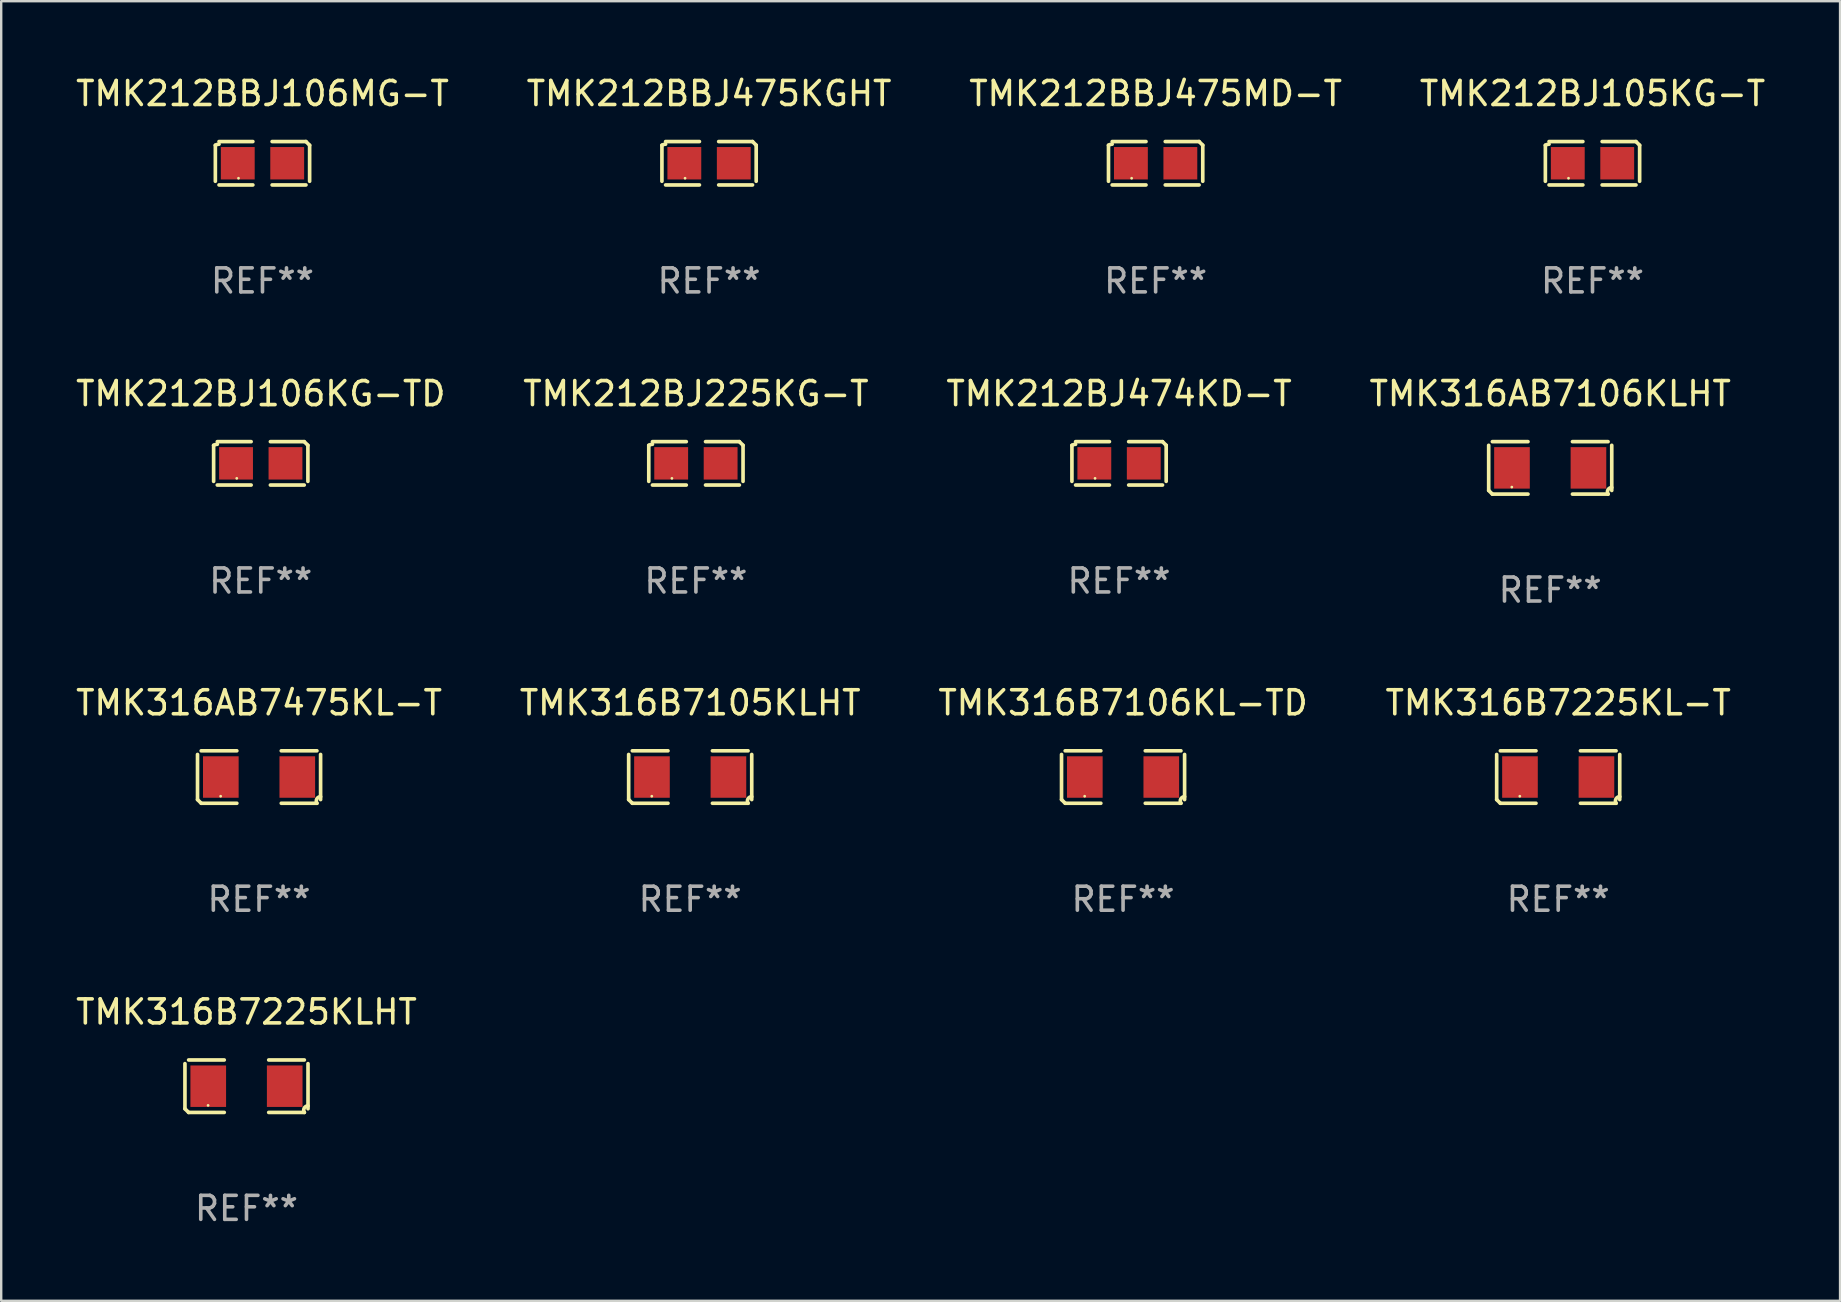
<source format=kicad_pcb>
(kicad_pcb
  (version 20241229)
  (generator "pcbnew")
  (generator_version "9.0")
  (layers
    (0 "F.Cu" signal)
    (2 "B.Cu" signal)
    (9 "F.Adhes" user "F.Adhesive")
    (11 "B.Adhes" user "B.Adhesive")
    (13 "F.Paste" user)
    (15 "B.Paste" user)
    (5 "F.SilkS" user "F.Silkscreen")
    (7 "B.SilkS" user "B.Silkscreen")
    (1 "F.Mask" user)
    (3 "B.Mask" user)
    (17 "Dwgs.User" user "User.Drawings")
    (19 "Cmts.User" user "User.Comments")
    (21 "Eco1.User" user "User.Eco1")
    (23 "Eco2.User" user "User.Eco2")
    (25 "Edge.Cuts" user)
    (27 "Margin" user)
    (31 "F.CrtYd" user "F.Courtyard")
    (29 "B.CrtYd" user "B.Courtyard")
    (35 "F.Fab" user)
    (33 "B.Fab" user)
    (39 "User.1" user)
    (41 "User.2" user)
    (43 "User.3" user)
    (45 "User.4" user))
  (footprint "TMK316B7225KL-T"
    (layer "F.Cu")
    (at 61.875 29.326)
    (property "Reference" "TMK316B7225KL-T" (at 0 -3.093 0) (layer "F.SilkS") (effects (font (size 1 1) (thickness 0.15))))
    (attr through_hole)
    (fp_line (start -2.564 0.94) (end -2.564 -0.94) (stroke (width 0.152) (type solid)) (layer "F.SilkS"))
    (fp_line (start -2.411 -1.093) (end -0.926 -1.093) (stroke (width 0.152) (type solid)) (layer "F.SilkS"))
    (fp_line (start -0.926 1.093) (end -2.411 1.093) (stroke (width 0.152) (type solid)) (layer "F.SilkS"))
    (fp_line (start 0.926 1.093) (end 2.411 1.093) (stroke (width 0.152) (type solid)) (layer "F.SilkS"))
    (fp_line (start 2.411 -1.093) (end 0.926 -1.093) (stroke (width 0.152) (type solid)) (layer "F.SilkS"))
    (fp_line (start 2.564 0.94) (end 2.564 -0.94) (stroke (width 0.152) (type solid)) (layer "F.SilkS"))
    (fp_arc (start -2.411201 1.092609) (mid -2.487413 1.01642) (end -2.563602 0.940208) (stroke (width 0.1524) (type solid)) (layer "F.SilkS"))
    (fp_arc (start 2.411201 1.092609) (mid 2.407159 0.911226) (end 2.563602 0.819347) (stroke (width 0.1524) (type solid)) (layer "F.SilkS"))
    (fp_circle (center -1.6 0.8) (end -1.57 0.8) (stroke (width 0.06) (type solid)) (fill no) (layer "F.SilkS"))
    (fp_text user "REF**" (at 0 5.093 0) (layer "F.Fab") (effects (font (size 1 1) (thickness 0.15))))
    (pad "1" smd rect (at -1.593 0) (size 1.485 1.728) (layers "F.Cu" "F.Mask" "F.Paste"))
    (pad "2" smd rect (at 1.593 0) (size 1.485 1.728) (layers "F.Cu" "F.Mask" "F.Paste")))
  (footprint "TMK212BJ105KG-T"
    (layer "F.Cu")
    (at 63.304 3.752)
    (property "Reference" "TMK212BJ105KG-T" (at 0 -2.904 0) (layer "F.SilkS") (effects (font (size 1 1) (thickness 0.15))))
    (attr through_hole)
    (fp_line (start -1.964 0.751) (end -1.964 -0.751) (stroke (width 0.152) (type solid)) (layer "F.SilkS"))
    (fp_line (start -1.811 -0.904) (end -0.401 -0.904) (stroke (width 0.152) (type solid)) (layer "F.SilkS"))
    (fp_line (start -0.401 0.904) (end -1.811 0.904) (stroke (width 0.152) (type solid)) (layer "F.SilkS"))
    (fp_line (start 0.401 0.904) (end 1.811 0.904) (stroke (width 0.152) (type solid)) (layer "F.SilkS"))
    (fp_line (start 1.811 -0.904) (end 0.401 -0.904) (stroke (width 0.152) (type solid)) (layer "F.SilkS"))
    (fp_line (start 1.964 0.751) (end 1.964 -0.751) (stroke (width 0.152) (type solid)) (layer "F.SilkS"))
    (fp_arc (start -1.963602 -0.751207) (mid -1.890354 -0.783131) (end -1.811201 -0.794044) (stroke (width 0.1524) (type solid)) (layer "F.SilkS"))
    (fp_arc (start 1.811202 -0.903607) (mid 1.887413 -0.827418) (end 1.963602 -0.751207) (stroke (width 0.1524) (type solid)) (layer "F.SilkS"))
    (fp_circle (center -1 0.625) (end -0.97 0.625) (stroke (width 0.06) (type solid)) (fill no) (layer "F.SilkS"))
    (fp_text user "REF**" (at 0 4.904 0) (layer "F.Fab") (effects (font (size 1 1) (thickness 0.15))))
    (pad "1" smd rect (at -1.03 0) (size 1.41 1.35) (layers "F.Cu" "F.Mask" "F.Paste"))
    (pad "2" smd rect (at 1.03 0) (size 1.41 1.35) (layers "F.Cu" "F.Mask" "F.Paste")))
  (footprint "TMK212BBJ106MG-T"
    (layer "F.Cu")
    (at 7.887 3.752)
    (property "Reference" "TMK212BBJ106MG-T" (at 0 -2.904 0) (layer "F.SilkS") (effects (font (size 1 1) (thickness 0.15))))
    (attr through_hole)
    (fp_line (start -1.964 0.751) (end -1.964 -0.751) (stroke (width 0.152) (type solid)) (layer "F.SilkS"))
    (fp_line (start -1.811 -0.904) (end -0.401 -0.904) (stroke (width 0.152) (type solid)) (layer "F.SilkS"))
    (fp_line (start -0.401 0.904) (end -1.811 0.904) (stroke (width 0.152) (type solid)) (layer "F.SilkS"))
    (fp_line (start 0.401 0.904) (end 1.811 0.904) (stroke (width 0.152) (type solid)) (layer "F.SilkS"))
    (fp_line (start 1.811 -0.904) (end 0.401 -0.904) (stroke (width 0.152) (type solid)) (layer "F.SilkS"))
    (fp_line (start 1.964 0.751) (end 1.964 -0.751) (stroke (width 0.152) (type solid)) (layer "F.SilkS"))
    (fp_arc (start -1.963602 -0.751207) (mid -1.890354 -0.783131) (end -1.811201 -0.794044) (stroke (width 0.1524) (type solid)) (layer "F.SilkS"))
    (fp_arc (start 1.811202 -0.903607) (mid 1.887413 -0.827418) (end 1.963602 -0.751207) (stroke (width 0.1524) (type solid)) (layer "F.SilkS"))
    (fp_circle (center -1 0.625) (end -0.97 0.625) (stroke (width 0.06) (type solid)) (fill no) (layer "F.SilkS"))
    (fp_text user "REF**" (at 0 4.904 0) (layer "F.Fab") (effects (font (size 1 1) (thickness 0.15))))
    (pad "1" smd rect (at -1.03 0) (size 1.41 1.35) (layers "F.Cu" "F.Mask" "F.Paste"))
    (pad "2" smd rect (at 1.03 0) (size 1.41 1.35) (layers "F.Cu" "F.Mask" "F.Paste")))
  (footprint "TMK212BJ225KG-T"
    (layer "F.Cu")
    (at 25.946 16.256)
    (property "Reference" "TMK212BJ225KG-T" (at 0 -2.904 0) (layer "F.SilkS") (effects (font (size 1 1) (thickness 0.15))))
    (attr through_hole)
    (fp_line (start -1.964 0.751) (end -1.964 -0.751) (stroke (width 0.152) (type solid)) (layer "F.SilkS"))
    (fp_line (start -1.811 -0.904) (end -0.401 -0.904) (stroke (width 0.152) (type solid)) (layer "F.SilkS"))
    (fp_line (start -0.401 0.904) (end -1.811 0.904) (stroke (width 0.152) (type solid)) (layer "F.SilkS"))
    (fp_line (start 0.401 0.904) (end 1.811 0.904) (stroke (width 0.152) (type solid)) (layer "F.SilkS"))
    (fp_line (start 1.811 -0.904) (end 0.401 -0.904) (stroke (width 0.152) (type solid)) (layer "F.SilkS"))
    (fp_line (start 1.964 0.751) (end 1.964 -0.751) (stroke (width 0.152) (type solid)) (layer "F.SilkS"))
    (fp_arc (start -1.963602 -0.751207) (mid -1.890354 -0.783131) (end -1.811201 -0.794044) (stroke (width 0.1524) (type solid)) (layer "F.SilkS"))
    (fp_arc (start 1.811202 -0.903607) (mid 1.887413 -0.827418) (end 1.963602 -0.751207) (stroke (width 0.1524) (type solid)) (layer "F.SilkS"))
    (fp_circle (center -1 0.625) (end -0.97 0.625) (stroke (width 0.06) (type solid)) (fill no) (layer "F.SilkS"))
    (fp_text user "REF**" (at 0 4.904 0) (layer "F.Fab") (effects (font (size 1 1) (thickness 0.15))))
    (pad "1" smd rect (at -1.03 0) (size 1.41 1.35) (layers "F.Cu" "F.Mask" "F.Paste"))
    (pad "2" smd rect (at 1.03 0) (size 1.41 1.35) (layers "F.Cu" "F.Mask" "F.Paste")))
  (footprint "TMK316B7106KL-TD"
    (layer "F.Cu")
    (at 43.744 29.326)
    (property "Reference" "TMK316B7106KL-TD" (at 0 -3.093 0) (layer "F.SilkS") (effects (font (size 1 1) (thickness 0.15))))
    (attr through_hole)
    (fp_line (start -2.564 0.94) (end -2.564 -0.94) (stroke (width 0.152) (type solid)) (layer "F.SilkS"))
    (fp_line (start -2.411 -1.093) (end -0.926 -1.093) (stroke (width 0.152) (type solid)) (layer "F.SilkS"))
    (fp_line (start -0.926 1.093) (end -2.411 1.093) (stroke (width 0.152) (type solid)) (layer "F.SilkS"))
    (fp_line (start 0.926 1.093) (end 2.411 1.093) (stroke (width 0.152) (type solid)) (layer "F.SilkS"))
    (fp_line (start 2.411 -1.093) (end 0.926 -1.093) (stroke (width 0.152) (type solid)) (layer "F.SilkS"))
    (fp_line (start 2.564 0.94) (end 2.564 -0.94) (stroke (width 0.152) (type solid)) (layer "F.SilkS"))
    (fp_arc (start -2.411201 1.092609) (mid -2.487413 1.01642) (end -2.563602 0.940208) (stroke (width 0.1524) (type solid)) (layer "F.SilkS"))
    (fp_arc (start 2.411201 1.092609) (mid 2.407159 0.911226) (end 2.563602 0.819347) (stroke (width 0.1524) (type solid)) (layer "F.SilkS"))
    (fp_circle (center -1.6 0.8) (end -1.57 0.8) (stroke (width 0.06) (type solid)) (fill no) (layer "F.SilkS"))
    (fp_text user "REF**" (at 0 5.093 0) (layer "F.Fab") (effects (font (size 1 1) (thickness 0.15))))
    (pad "1" smd rect (at -1.593 0) (size 1.485 1.728) (layers "F.Cu" "F.Mask" "F.Paste"))
    (pad "2" smd rect (at 1.593 0) (size 1.485 1.728) (layers "F.Cu" "F.Mask" "F.Paste")))
  (footprint "TMK212BBJ475MD-T"
    (layer "F.Cu")
    (at 45.101 3.752)
    (property "Reference" "TMK212BBJ475MD-T" (at 0 -2.904 0) (layer "F.SilkS") (effects (font (size 1 1) (thickness 0.15))))
    (attr through_hole)
    (fp_line (start -1.964 0.751) (end -1.964 -0.751) (stroke (width 0.152) (type solid)) (layer "F.SilkS"))
    (fp_line (start -1.811 -0.904) (end -0.401 -0.904) (stroke (width 0.152) (type solid)) (layer "F.SilkS"))
    (fp_line (start -0.401 0.904) (end -1.811 0.904) (stroke (width 0.152) (type solid)) (layer "F.SilkS"))
    (fp_line (start 0.401 0.904) (end 1.811 0.904) (stroke (width 0.152) (type solid)) (layer "F.SilkS"))
    (fp_line (start 1.811 -0.904) (end 0.401 -0.904) (stroke (width 0.152) (type solid)) (layer "F.SilkS"))
    (fp_line (start 1.964 0.751) (end 1.964 -0.751) (stroke (width 0.152) (type solid)) (layer "F.SilkS"))
    (fp_arc (start -1.963602 -0.751207) (mid -1.890354 -0.783131) (end -1.811201 -0.794044) (stroke (width 0.1524) (type solid)) (layer "F.SilkS"))
    (fp_arc (start 1.811202 -0.903607) (mid 1.887413 -0.827418) (end 1.963602 -0.751207) (stroke (width 0.1524) (type solid)) (layer "F.SilkS"))
    (fp_circle (center -1 0.625) (end -0.97 0.625) (stroke (width 0.06) (type solid)) (fill no) (layer "F.SilkS"))
    (fp_text user "REF**" (at 0 4.904 0) (layer "F.Fab") (effects (font (size 1 1) (thickness 0.15))))
    (pad "1" smd rect (at -1.03 0) (size 1.41 1.35) (layers "F.Cu" "F.Mask" "F.Paste"))
    (pad "2" smd rect (at 1.03 0) (size 1.41 1.35) (layers "F.Cu" "F.Mask" "F.Paste")))
  (footprint "TMK316AB7475KL-T"
    (layer "F.Cu")
    (at 7.744 29.326)
    (property "Reference" "TMK316AB7475KL-T" (at 0 -3.093 0) (layer "F.SilkS") (effects (font (size 1 1) (thickness 0.15))))
    (attr through_hole)
    (fp_line (start -2.564 0.94) (end -2.564 -0.94) (stroke (width 0.152) (type solid)) (layer "F.SilkS"))
    (fp_line (start -2.411 -1.093) (end -0.926 -1.093) (stroke (width 0.152) (type solid)) (layer "F.SilkS"))
    (fp_line (start -0.926 1.093) (end -2.411 1.093) (stroke (width 0.152) (type solid)) (layer "F.SilkS"))
    (fp_line (start 0.926 1.093) (end 2.411 1.093) (stroke (width 0.152) (type solid)) (layer "F.SilkS"))
    (fp_line (start 2.411 -1.093) (end 0.926 -1.093) (stroke (width 0.152) (type solid)) (layer "F.SilkS"))
    (fp_line (start 2.564 0.94) (end 2.564 -0.94) (stroke (width 0.152) (type solid)) (layer "F.SilkS"))
    (fp_arc (start -2.411201 1.092609) (mid -2.487413 1.01642) (end -2.563602 0.940208) (stroke (width 0.1524) (type solid)) (layer "F.SilkS"))
    (fp_arc (start 2.411201 1.092609) (mid 2.407159 0.911226) (end 2.563602 0.819347) (stroke (width 0.1524) (type solid)) (layer "F.SilkS"))
    (fp_circle (center -1.6 0.8) (end -1.57 0.8) (stroke (width 0.06) (type solid)) (fill no) (layer "F.SilkS"))
    (fp_text user "REF**" (at 0 5.093 0) (layer "F.Fab") (effects (font (size 1 1) (thickness 0.15))))
    (pad "1" smd rect (at -1.593 0) (size 1.485 1.728) (layers "F.Cu" "F.Mask" "F.Paste"))
    (pad "2" smd rect (at 1.593 0) (size 1.485 1.728) (layers "F.Cu" "F.Mask" "F.Paste")))
  (footprint "TMK316B7105KLHT"
    (layer "F.Cu")
    (at 25.708 29.326)
    (property "Reference" "TMK316B7105KLHT" (at 0 -3.093 0) (layer "F.SilkS") (effects (font (size 1 1) (thickness 0.15))))
    (attr through_hole)
    (fp_line (start -2.564 0.94) (end -2.564 -0.94) (stroke (width 0.152) (type solid)) (layer "F.SilkS"))
    (fp_line (start -2.411 -1.093) (end -0.926 -1.093) (stroke (width 0.152) (type solid)) (layer "F.SilkS"))
    (fp_line (start -0.926 1.093) (end -2.411 1.093) (stroke (width 0.152) (type solid)) (layer "F.SilkS"))
    (fp_line (start 0.926 1.093) (end 2.411 1.093) (stroke (width 0.152) (type solid)) (layer "F.SilkS"))
    (fp_line (start 2.411 -1.093) (end 0.926 -1.093) (stroke (width 0.152) (type solid)) (layer "F.SilkS"))
    (fp_line (start 2.564 0.94) (end 2.564 -0.94) (stroke (width 0.152) (type solid)) (layer "F.SilkS"))
    (fp_arc (start -2.411201 1.092609) (mid -2.487413 1.01642) (end -2.563602 0.940208) (stroke (width 0.1524) (type solid)) (layer "F.SilkS"))
    (fp_arc (start 2.411201 1.092609) (mid 2.407159 0.911226) (end 2.563602 0.819347) (stroke (width 0.1524) (type solid)) (layer "F.SilkS"))
    (fp_circle (center -1.6 0.8) (end -1.57 0.8) (stroke (width 0.06) (type solid)) (fill no) (layer "F.SilkS"))
    (fp_text user "REF**" (at 0 5.093 0) (layer "F.Fab") (effects (font (size 1 1) (thickness 0.15))))
    (pad "1" smd rect (at -1.593 0) (size 1.485 1.728) (layers "F.Cu" "F.Mask" "F.Paste"))
    (pad "2" smd rect (at 1.593 0) (size 1.485 1.728) (layers "F.Cu" "F.Mask" "F.Paste")))
  (footprint "TMK316B7225KLHT"
    (layer "F.Cu")
    (at 7.22 42.208)
    (property "Reference" "TMK316B7225KLHT" (at 0 -3.093 0) (layer "F.SilkS") (effects (font (size 1 1) (thickness 0.15))))
    (attr through_hole)
    (fp_line (start -2.564 0.94) (end -2.564 -0.94) (stroke (width 0.152) (type solid)) (layer "F.SilkS"))
    (fp_line (start -2.411 -1.093) (end -0.926 -1.093) (stroke (width 0.152) (type solid)) (layer "F.SilkS"))
    (fp_line (start -0.926 1.093) (end -2.411 1.093) (stroke (width 0.152) (type solid)) (layer "F.SilkS"))
    (fp_line (start 0.926 1.093) (end 2.411 1.093) (stroke (width 0.152) (type solid)) (layer "F.SilkS"))
    (fp_line (start 2.411 -1.093) (end 0.926 -1.093) (stroke (width 0.152) (type solid)) (layer "F.SilkS"))
    (fp_line (start 2.564 0.94) (end 2.564 -0.94) (stroke (width 0.152) (type solid)) (layer "F.SilkS"))
    (fp_arc (start -2.411201 1.092609) (mid -2.487413 1.01642) (end -2.563602 0.940208) (stroke (width 0.1524) (type solid)) (layer "F.SilkS"))
    (fp_arc (start 2.411201 1.092609) (mid 2.407159 0.911226) (end 2.563602 0.819347) (stroke (width 0.1524) (type solid)) (layer "F.SilkS"))
    (fp_circle (center -1.6 0.8) (end -1.57 0.8) (stroke (width 0.06) (type solid)) (fill no) (layer "F.SilkS"))
    (fp_text user "REF**" (at 0 5.093 0) (layer "F.Fab") (effects (font (size 1 1) (thickness 0.15))))
    (pad "1" smd rect (at -1.593 0) (size 1.485 1.728) (layers "F.Cu" "F.Mask" "F.Paste"))
    (pad "2" smd rect (at 1.593 0) (size 1.485 1.728) (layers "F.Cu" "F.Mask" "F.Paste")))
  (footprint "TMK212BJ106KG-TD"
    (layer "F.Cu")
    (at 7.815 16.256)
    (property "Reference" "TMK212BJ106KG-TD" (at 0 -2.904 0) (layer "F.SilkS") (effects (font (size 1 1) (thickness 0.15))))
    (attr through_hole)
    (fp_line (start -1.964 0.751) (end -1.964 -0.751) (stroke (width 0.152) (type solid)) (layer "F.SilkS"))
    (fp_line (start -1.811 -0.904) (end -0.401 -0.904) (stroke (width 0.152) (type solid)) (layer "F.SilkS"))
    (fp_line (start -0.401 0.904) (end -1.811 0.904) (stroke (width 0.152) (type solid)) (layer "F.SilkS"))
    (fp_line (start 0.401 0.904) (end 1.811 0.904) (stroke (width 0.152) (type solid)) (layer "F.SilkS"))
    (fp_line (start 1.811 -0.904) (end 0.401 -0.904) (stroke (width 0.152) (type solid)) (layer "F.SilkS"))
    (fp_line (start 1.964 0.751) (end 1.964 -0.751) (stroke (width 0.152) (type solid)) (layer "F.SilkS"))
    (fp_arc (start -1.963602 -0.751207) (mid -1.890354 -0.783131) (end -1.811201 -0.794044) (stroke (width 0.1524) (type solid)) (layer "F.SilkS"))
    (fp_arc (start 1.811202 -0.903607) (mid 1.887413 -0.827418) (end 1.963602 -0.751207) (stroke (width 0.1524) (type solid)) (layer "F.SilkS"))
    (fp_circle (center -1 0.625) (end -0.97 0.625) (stroke (width 0.06) (type solid)) (fill no) (layer "F.SilkS"))
    (fp_text user "REF**" (at 0 4.904 0) (layer "F.Fab") (effects (font (size 1 1) (thickness 0.15))))
    (pad "1" smd rect (at -1.03 0) (size 1.41 1.35) (layers "F.Cu" "F.Mask" "F.Paste"))
    (pad "2" smd rect (at 1.03 0) (size 1.41 1.35) (layers "F.Cu" "F.Mask" "F.Paste")))
  (footprint "TMK316AB7106KLHT"
    (layer "F.Cu")
    (at 61.542 16.445)
    (property "Reference" "TMK316AB7106KLHT" (at 0 -3.093 0) (layer "F.SilkS") (effects (font (size 1 1) (thickness 0.15))))
    (attr through_hole)
    (fp_line (start -2.564 0.94) (end -2.564 -0.94) (stroke (width 0.152) (type solid)) (layer "F.SilkS"))
    (fp_line (start -2.411 -1.093) (end -0.926 -1.093) (stroke (width 0.152) (type solid)) (layer "F.SilkS"))
    (fp_line (start -0.926 1.093) (end -2.411 1.093) (stroke (width 0.152) (type solid)) (layer "F.SilkS"))
    (fp_line (start 0.926 1.093) (end 2.411 1.093) (stroke (width 0.152) (type solid)) (layer "F.SilkS"))
    (fp_line (start 2.411 -1.093) (end 0.926 -1.093) (stroke (width 0.152) (type solid)) (layer "F.SilkS"))
    (fp_line (start 2.564 0.94) (end 2.564 -0.94) (stroke (width 0.152) (type solid)) (layer "F.SilkS"))
    (fp_arc (start -2.411201 1.092609) (mid -2.487413 1.01642) (end -2.563602 0.940208) (stroke (width 0.1524) (type solid)) (layer "F.SilkS"))
    (fp_arc (start 2.411201 1.092609) (mid 2.407159 0.911226) (end 2.563602 0.819347) (stroke (width 0.1524) (type solid)) (layer "F.SilkS"))
    (fp_circle (center -1.6 0.8) (end -1.57 0.8) (stroke (width 0.06) (type solid)) (fill no) (layer "F.SilkS"))
    (fp_text user "REF**" (at 0 5.093 0) (layer "F.Fab") (effects (font (size 1 1) (thickness 0.15))))
    (pad "1" smd rect (at -1.593 0) (size 1.485 1.728) (layers "F.Cu" "F.Mask" "F.Paste"))
    (pad "2" smd rect (at 1.593 0) (size 1.485 1.728) (layers "F.Cu" "F.Mask" "F.Paste")))
  (footprint "TMK212BJ474KD-T"
    (layer "F.Cu")
    (at 43.577 16.256)
    (property "Reference" "TMK212BJ474KD-T" (at 0 -2.904 0) (layer "F.SilkS") (effects (font (size 1 1) (thickness 0.15))))
    (attr through_hole)
    (fp_line (start -1.964 0.751) (end -1.964 -0.751) (stroke (width 0.152) (type solid)) (layer "F.SilkS"))
    (fp_line (start -1.811 -0.904) (end -0.401 -0.904) (stroke (width 0.152) (type solid)) (layer "F.SilkS"))
    (fp_line (start -0.401 0.904) (end -1.811 0.904) (stroke (width 0.152) (type solid)) (layer "F.SilkS"))
    (fp_line (start 0.401 0.904) (end 1.811 0.904) (stroke (width 0.152) (type solid)) (layer "F.SilkS"))
    (fp_line (start 1.811 -0.904) (end 0.401 -0.904) (stroke (width 0.152) (type solid)) (layer "F.SilkS"))
    (fp_line (start 1.964 0.751) (end 1.964 -0.751) (stroke (width 0.152) (type solid)) (layer "F.SilkS"))
    (fp_arc (start -1.963602 -0.751207) (mid -1.890354 -0.783131) (end -1.811201 -0.794044) (stroke (width 0.1524) (type solid)) (layer "F.SilkS"))
    (fp_arc (start 1.811202 -0.903607) (mid 1.887413 -0.827418) (end 1.963602 -0.751207) (stroke (width 0.1524) (type solid)) (layer "F.SilkS"))
    (fp_circle (center -1 0.625) (end -0.97 0.625) (stroke (width 0.06) (type solid)) (fill no) (layer "F.SilkS"))
    (fp_text user "REF**" (at 0 4.904 0) (layer "F.Fab") (effects (font (size 1 1) (thickness 0.15))))
    (pad "1" smd rect (at -1.03 0) (size 1.41 1.35) (layers "F.Cu" "F.Mask" "F.Paste"))
    (pad "2" smd rect (at 1.03 0) (size 1.41 1.35) (layers "F.Cu" "F.Mask" "F.Paste")))
  (footprint "TMK212BBJ475KGHT"
    (layer "F.Cu")
    (at 26.494 3.752)
    (property "Reference" "TMK212BBJ475KGHT" (at 0 -2.904 0) (layer "F.SilkS") (effects (font (size 1 1) (thickness 0.15))))
    (attr through_hole)
    (fp_line (start -1.964 0.751) (end -1.964 -0.751) (stroke (width 0.152) (type solid)) (layer "F.SilkS"))
    (fp_line (start -1.811 -0.904) (end -0.401 -0.904) (stroke (width 0.152) (type solid)) (layer "F.SilkS"))
    (fp_line (start -0.401 0.904) (end -1.811 0.904) (stroke (width 0.152) (type solid)) (layer "F.SilkS"))
    (fp_line (start 0.401 0.904) (end 1.811 0.904) (stroke (width 0.152) (type solid)) (layer "F.SilkS"))
    (fp_line (start 1.811 -0.904) (end 0.401 -0.904) (stroke (width 0.152) (type solid)) (layer "F.SilkS"))
    (fp_line (start 1.964 0.751) (end 1.964 -0.751) (stroke (width 0.152) (type solid)) (layer "F.SilkS"))
    (fp_arc (start -1.963602 -0.751207) (mid -1.890354 -0.783131) (end -1.811201 -0.794044) (stroke (width 0.1524) (type solid)) (layer "F.SilkS"))
    (fp_arc (start 1.811202 -0.903607) (mid 1.887413 -0.827418) (end 1.963602 -0.751207) (stroke (width 0.1524) (type solid)) (layer "F.SilkS"))
    (fp_circle (center -1 0.625) (end -0.97 0.625) (stroke (width 0.06) (type solid)) (fill no) (layer "F.SilkS"))
    (fp_text user "REF**" (at 0 4.904 0) (layer "F.Fab") (effects (font (size 1 1) (thickness 0.15))))
    (pad "1" smd rect (at -1.03 0) (size 1.41 1.35) (layers "F.Cu" "F.Mask" "F.Paste"))
    (pad "2" smd rect (at 1.03 0) (size 1.41 1.35) (layers "F.Cu" "F.Mask" "F.Paste")))
  (gr_rect
    (start -3 -3)
    (end 73.619 51.149)
    (stroke (width 0.1) (type default))
    (fill no)
    (layer "Edge.Cuts")))
</source>
